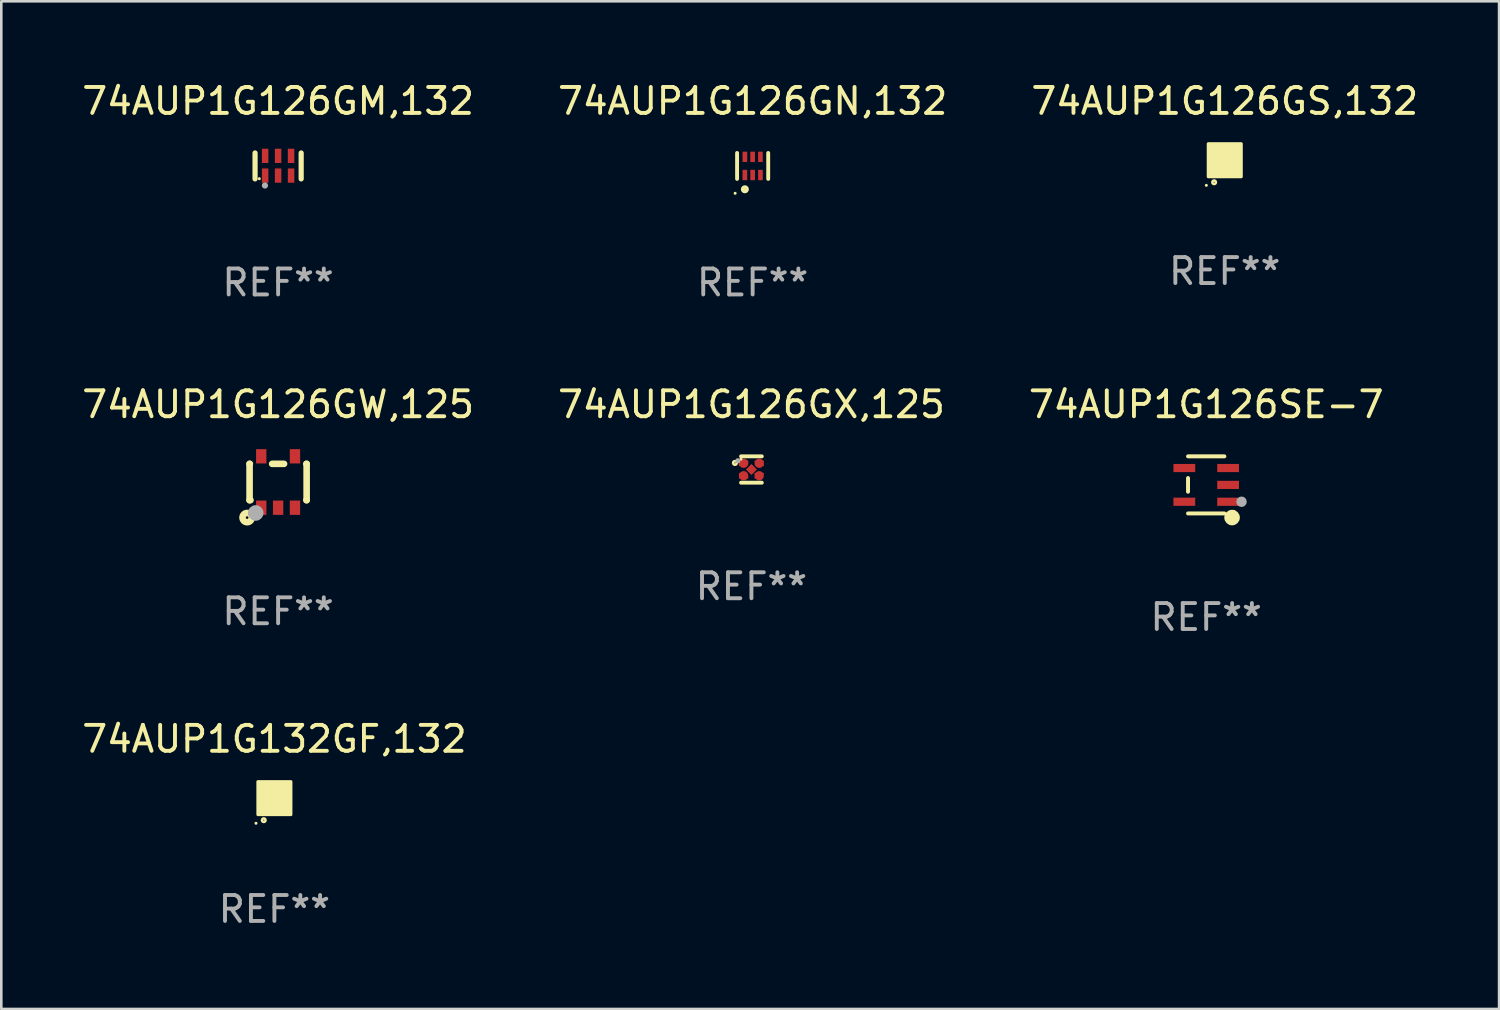
<source format=kicad_pcb>
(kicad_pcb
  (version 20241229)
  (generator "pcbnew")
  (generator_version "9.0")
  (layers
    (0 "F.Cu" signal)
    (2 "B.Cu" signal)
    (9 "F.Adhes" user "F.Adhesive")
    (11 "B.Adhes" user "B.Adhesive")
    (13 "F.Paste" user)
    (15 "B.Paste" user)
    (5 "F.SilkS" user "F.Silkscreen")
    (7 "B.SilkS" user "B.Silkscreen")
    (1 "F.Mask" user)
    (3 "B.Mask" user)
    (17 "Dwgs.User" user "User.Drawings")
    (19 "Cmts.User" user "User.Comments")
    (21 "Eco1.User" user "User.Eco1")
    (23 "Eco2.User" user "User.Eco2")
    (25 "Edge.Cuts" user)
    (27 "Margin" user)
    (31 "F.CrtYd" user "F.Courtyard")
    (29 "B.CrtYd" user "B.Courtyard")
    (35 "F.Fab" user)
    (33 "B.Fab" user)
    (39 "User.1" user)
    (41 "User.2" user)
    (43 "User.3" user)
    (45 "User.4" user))
  (footprint "74AUP1G126GX,125"
    (layer "F.Cu")
    (at 25.923 15.053)
    (property "Reference" "74AUP1G126GX,125" (at 0 -2.508 0) (layer "F.SilkS") (effects (font (size 1 1) (thickness 0.15))))
    (attr through_hole)
    (fp_line (start 0.4 -0.508) (end -0.4 -0.508) (stroke (width 0.15) (type solid)) (layer "F.SilkS"))
    (fp_line (start 0.4 0.508) (end -0.4 0.508) (stroke (width 0.15) (type solid)) (layer "F.SilkS"))
    (fp_circle (center -0.635 -0.254) (end -0.615 -0.254) (stroke (width 0.1) (type solid)) (fill no) (layer "F.SilkS"))
    (fp_circle (center -0.401 -0.4) (end -0.371 -0.4) (stroke (width 0.06) (type solid)) (fill no) (layer "F.SilkS"))
    (fp_circle (center -0.523 -0.337) (end -0.473 -0.337) (stroke (width 0.1) (type solid)) (fill no) (layer "F.Fab"))
    (fp_text user "REF**" (at 0 4.508 0) (layer "F.Fab") (effects (font (size 1 1) (thickness 0.15))))
    (pad "1" smd custom (at -0.3 -0.24) (size 0.36 0.22) (layers "F.Cu" "F.Mask" "F.Paste") (options (anchor circle)) (primitives (gr_poly (pts (xy -0.18 -0.11) (xy -0.18 0.11) (xy 0.000127 0.11) (xy 0.18 -0.03) (xy 0.18 -0.11) (xy -0.18 -0.11)) (width 0) (fill yes))))
    (pad "2" smd custom (at -0.3 0.24) (size 0.36 0.22) (layers "F.Cu" "F.Mask" "F.Paste") (options (anchor circle)) (primitives (gr_poly (pts (xy -0.18 0.11) (xy -0.18 -0.11) (xy 0.000127 -0.11) (xy 0.18 0.03) (xy 0.18 0.11) (xy -0.18 0.11)) (width 0) (fill yes))))
    (pad "3" smd rect (at 0.000102 -0.000127 45) (size 0.3 0.3) (layers "F.Cu" "F.Mask" "F.Paste"))
    (pad "4" smd custom (at 0.3 0.24 180) (size 0.36 0.22) (layers "F.Cu" "F.Mask" "F.Paste") (options (anchor circle)) (primitives (gr_poly (pts (xy 0.18 0.11) (xy 0.18 -0.11) (xy -0.000178 -0.11) (xy -0.18 0.03) (xy -0.18 0.11) (xy 0.18 0.11)) (width 0) (fill yes))))
    (pad "5" smd custom (at 0.3 -0.24) (size 0.36 0.22) (layers "F.Cu" "F.Mask" "F.Paste") (options (anchor circle)) (primitives (gr_poly (pts (xy 0.18 -0.11) (xy 0.18 0.11) (xy -0.000152 0.11) (xy -0.18 -0.03) (xy -0.18 -0.11) (xy 0.18 -0.11)) (width 0) (fill yes)))))
  (footprint "74AUP1G126GS,132"
    (layer "F.Cu")
    (at 44.173 3.128)
    (property "Reference" "74AUP1G126GS,132" (at 0 -2.28 0) (layer "F.SilkS") (effects (font (size 1 1) (thickness 0.15))))
    (attr through_hole)
    (fp_circle (center -0.71 0.968) (end -0.68 0.968) (stroke (width 0.06) (type solid)) (fill no) (layer "F.SilkS"))
    (fp_circle (center -0.41 0.85) (end -0.342 0.85) (stroke (width 0.1) (type solid)) (fill no) (layer "F.SilkS"))
    (fp_poly (pts (xy -0.635 -0.635) (xy 0.635 -0.635) (xy 0.635 0.635) (xy -0.635 0.635)) (stroke (width 0.12) (type solid)) (fill yes) (layer "F.SilkS"))
    (fp_text user "REF**" (at 0 4.28 0) (layer "F.Fab") (effects (font (size 1 1) (thickness 0.15))))
    (pad "1" smd rect (at -0.35 0.28 90) (size 0.35 0.2) (layers "F.Cu" "F.Mask" "F.Paste"))
    (pad "2" smd rect (at 0 0.28 90) (size 0.35 0.2) (layers "F.Cu" "F.Mask" "F.Paste"))
    (pad "3" smd rect (at 0.35 0.28 90) (size 0.35 0.2) (layers "F.Cu" "F.Mask" "F.Paste"))
    (pad "4" smd rect (at 0.35 -0.28 90) (size 0.35 0.2) (layers "F.Cu" "F.Mask" "F.Paste"))
    (pad "5" smd rect (at 0 -0.28 90) (size 0.35 0.2) (layers "F.Cu" "F.Mask" "F.Paste"))
    (pad "6" smd rect (at -0.35 -0.28 90) (size 0.35 0.2) (layers "F.Cu" "F.Mask" "F.Paste")))
  (footprint "74AUP1G126SE-7"
    (layer "F.Cu")
    (at 43.458 15.646)
    (property "Reference" "74AUP1G126SE-7" (at 0 -3.101 0) (layer "F.SilkS") (effects (font (size 1 1) (thickness 0.15))))
    (attr through_hole)
    (fp_line (start -0.701 -0.264) (end -0.701 0.264) (stroke (width 0.152) (type solid)) (layer "F.SilkS"))
    (fp_line (start 0.701 -1.101) (end -0.701 -1.101) (stroke (width 0.152) (type solid)) (layer "F.SilkS"))
    (fp_line (start 0.701 1.101) (end -0.701 1.101) (stroke (width 0.152) (type solid)) (layer "F.SilkS"))
    (fp_circle (center 0.997 1.26) (end 1.147 1.26) (stroke (width 0.3) (type solid)) (fill no) (layer "F.SilkS"))
    (fp_circle (center 1.063 1.025) (end 1.093 1.025) (stroke (width 0.06) (type solid)) (fill no) (layer "F.SilkS"))
    (fp_circle (center 1.362 0.65) (end 1.463 0.65) (stroke (width 0.2) (type solid)) (fill no) (layer "F.Fab"))
    (fp_text user "REF**" (at 0 5.101 0) (layer "F.Fab") (effects (font (size 1 1) (thickness 0.15))))
    (pad "1" smd rect (at 0.844 0.65) (size 0.839 0.315) (layers "F.Cu" "F.Mask" "F.Paste"))
    (pad "2" smd rect (at 0.844 0) (size 0.839 0.315) (layers "F.Cu" "F.Mask" "F.Paste"))
    (pad "3" smd rect (at 0.844 -0.65) (size 0.839 0.315) (layers "F.Cu" "F.Mask" "F.Paste"))
    (pad "4" smd rect (at -0.844 -0.65) (size 0.839 0.315) (layers "F.Cu" "F.Mask" "F.Paste"))
    (pad "5" smd rect (at -0.844 0.65) (size 0.839 0.315) (layers "F.Cu" "F.Mask" "F.Paste")))
  (footprint "74AUP1G126GN,132"
    (layer "F.Cu")
    (at 25.97 3.348)
    (property "Reference" "74AUP1G126GN,132" (at 0 -2.5 0) (layer "F.SilkS") (effects (font (size 1 1) (thickness 0.15))))
    (attr through_hole)
    (fp_line (start -0.6 -0.5) (end -0.6 0.5) (stroke (width 0.15) (type solid)) (layer "F.SilkS"))
    (fp_line (start 0.6 0.5) (end 0.6 -0.5) (stroke (width 0.15) (type solid)) (layer "F.SilkS"))
    (fp_circle (center -0.675 1.055) (end -0.645 1.055) (stroke (width 0.06) (type solid)) (fill no) (layer "F.SilkS"))
    (fp_circle (center -0.3 0.9) (end -0.22 0.9) (stroke (width 0.15) (type solid)) (fill no) (layer "F.SilkS"))
    (fp_text user "REF**" (at 0 4.5 0) (layer "F.Fab") (effects (font (size 1 1) (thickness 0.15))))
    (pad "1" smd rect (at -0.3 0.35) (size 0.18 0.4) (layers "F.Cu" "F.Mask" "F.Paste"))
    (pad "2" smd rect (at 0.000025 0.35) (size 0.18 0.4) (layers "F.Cu" "F.Mask" "F.Paste"))
    (pad "3" smd rect (at 0.3 0.35) (size 0.18 0.4) (layers "F.Cu" "F.Mask" "F.Paste"))
    (pad "4" smd rect (at 0.3 -0.35) (size 0.18 0.4) (layers "F.Cu" "F.Mask" "F.Paste"))
    (pad "5" smd rect (at 0.000025 -0.35) (size 0.18 0.4) (layers "F.Cu" "F.Mask" "F.Paste"))
    (pad "6" smd rect (at -0.3 -0.35) (size 0.18 0.4) (layers "F.Cu" "F.Mask" "F.Paste")))
  (footprint "74AUP1G132GF,132"
    (layer "F.Cu")
    (at 7.53 27.724)
    (property "Reference" "74AUP1G132GF,132" (at 0 -2.28 0) (layer "F.SilkS") (effects (font (size 1 1) (thickness 0.15))))
    (attr through_hole)
    (fp_circle (center -0.71 0.968) (end -0.68 0.968) (stroke (width 0.06) (type solid)) (fill no) (layer "F.SilkS"))
    (fp_circle (center -0.41 0.85) (end -0.342 0.85) (stroke (width 0.1) (type solid)) (fill no) (layer "F.SilkS"))
    (fp_poly (pts (xy -0.635 -0.635) (xy 0.635 -0.635) (xy 0.635 0.635) (xy -0.635 0.635)) (stroke (width 0.12) (type solid)) (fill yes) (layer "F.SilkS"))
    (fp_text user "REF**" (at 0 4.28 0) (layer "F.Fab") (effects (font (size 1 1) (thickness 0.15))))
    (pad "1" smd rect (at -0.35 0.28 90) (size 0.35 0.2) (layers "F.Cu" "F.Mask" "F.Paste"))
    (pad "2" smd rect (at 0 0.28 90) (size 0.35 0.2) (layers "F.Cu" "F.Mask" "F.Paste"))
    (pad "3" smd rect (at 0.35 0.28 90) (size 0.35 0.2) (layers "F.Cu" "F.Mask" "F.Paste"))
    (pad "4" smd rect (at 0.35 -0.28 90) (size 0.35 0.2) (layers "F.Cu" "F.Mask" "F.Paste"))
    (pad "5" smd rect (at 0 -0.28 90) (size 0.35 0.2) (layers "F.Cu" "F.Mask" "F.Paste"))
    (pad "6" smd rect (at -0.35 -0.28 90) (size 0.35 0.2) (layers "F.Cu" "F.Mask" "F.Paste")))
  (footprint "74AUP1G126GM,132"
    (layer "F.Cu")
    (at 7.673 3.348)
    (property "Reference" "74AUP1G126GM,132" (at 0 -2.5 0) (layer "F.SilkS") (effects (font (size 1 1) (thickness 0.15))))
    (attr through_hole)
    (fp_line (start -0.889 0.5) (end -0.889 -0.5) (stroke (width 0.2) (type solid)) (layer "F.SilkS"))
    (fp_line (start 0.889 0.5) (end 0.889 -0.5) (stroke (width 0.2) (type solid)) (layer "F.SilkS"))
    (fp_circle (center -0.725 0.492) (end -0.695 0.492) (stroke (width 0.06) (type solid)) (fill no) (layer "F.SilkS"))
    (fp_circle (center -0.508 0.754) (end -0.448 0.754) (stroke (width 0.12) (type solid)) (fill no) (layer "F.Fab"))
    (fp_text user "REF**" (at 0 4.5 0) (layer "F.Fab") (effects (font (size 1 1) (thickness 0.15))))
    (pad "1" smd rect (at -0.5 0.372) (size 0.25 0.55) (layers "F.Cu" "F.Mask" "F.Paste"))
    (pad "2" smd rect (at -0.000127 0.372) (size 0.25 0.55) (layers "F.Cu" "F.Mask" "F.Paste"))
    (pad "3" smd rect (at 0.5 0.372) (size 0.25 0.55) (layers "F.Cu" "F.Mask" "F.Paste"))
    (pad "4" smd rect (at 0.5 -0.388 180) (size 0.25 0.55) (layers "F.Cu" "F.Mask" "F.Paste"))
    (pad "5" smd rect (at -0.000127 -0.388 180) (size 0.25 0.55) (layers "F.Cu" "F.Mask" "F.Paste"))
    (pad "6" smd rect (at -0.5 -0.388 180) (size 0.25 0.55) (layers "F.Cu" "F.Mask" "F.Paste")))
  (footprint "74AUP1G126GW,125"
    (layer "F.Cu")
    (at 7.673 15.535)
    (property "Reference" "74AUP1G126GW,125" (at 0 -2.991 0) (layer "F.SilkS") (effects (font (size 1 1) (thickness 0.15))))
    (attr through_hole)
    (fp_line (start -1.1 -0.7) (end -1.1 0.7) (stroke (width 0.254) (type solid)) (layer "F.SilkS"))
    (fp_line (start -1.1 -0.7) (end -1.09 -0.7) (stroke (width 0.254) (type solid)) (layer "F.SilkS"))
    (fp_line (start -1.1 0.7) (end -1.065 0.7) (stroke (width 0.254) (type solid)) (layer "F.SilkS"))
    (fp_line (start -0.23 -0.7) (end 0.23 -0.7) (stroke (width 0.254) (type solid)) (layer "F.SilkS"))
    (fp_line (start 1.09 -0.7) (end 1.1 -0.7) (stroke (width 0.254) (type solid)) (layer "F.SilkS"))
    (fp_line (start 1.09 0.7) (end 1.1 0.7) (stroke (width 0.254) (type solid)) (layer "F.SilkS"))
    (fp_line (start 1.1 -0.7) (end 1.1 0.7) (stroke (width 0.254) (type solid)) (layer "F.SilkS"))
    (fp_circle (center -1.194 1.372) (end -1.143 1.372) (stroke (width 0.254) (type solid)) (fill no) (layer "F.SilkS"))
    (fp_circle (center -1.05 1.063) (end -1.02 1.063) (stroke (width 0.06) (type solid)) (fill no) (layer "F.SilkS"))
    (fp_circle (center -0.864 1.194) (end -0.713 1.194) (stroke (width 0.3) (type solid)) (fill no) (layer "F.Fab"))
    (fp_text user "REF**" (at 0 4.991 0) (layer "F.Fab") (effects (font (size 1 1) (thickness 0.15))))
    (pad "1" smd rect (at -0.65 0.991 180) (size 0.399 0.551) (layers "F.Cu" "F.Mask" "F.Paste"))
    (pad "2" smd rect (at 0 0.991 180) (size 0.399 0.551) (layers "F.Cu" "F.Mask" "F.Paste"))
    (pad "3" smd rect (at 0.65 0.991 180) (size 0.399 0.551) (layers "F.Cu" "F.Mask" "F.Paste"))
    (pad "4" smd rect (at 0.65 -0.991 180) (size 0.399 0.551) (layers "F.Cu" "F.Mask" "F.Paste"))
    (pad "5" smd rect (at -0.65 -0.991 180) (size 0.399 0.551) (layers "F.Cu" "F.Mask" "F.Paste")))
  (gr_rect
    (start -3 -3)
    (end 54.75 35.852)
    (stroke (width 0.1) (type default))
    (fill no)
    (layer "Edge.Cuts")))
</source>
